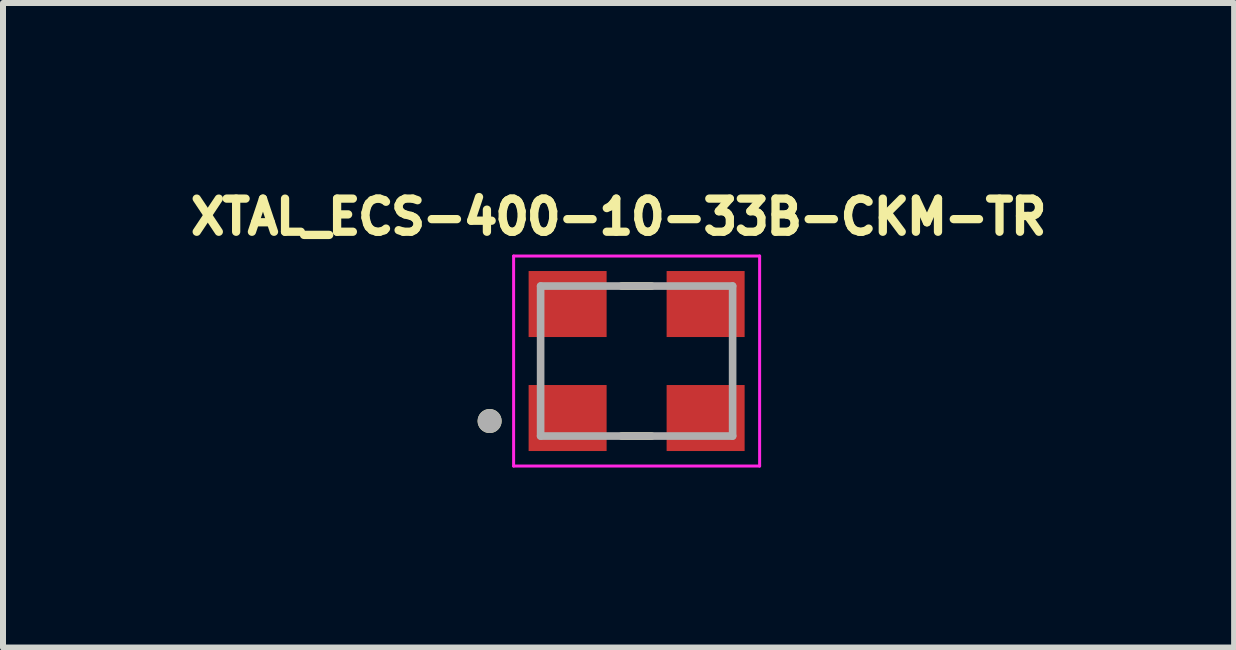
<source format=kicad_pcb>
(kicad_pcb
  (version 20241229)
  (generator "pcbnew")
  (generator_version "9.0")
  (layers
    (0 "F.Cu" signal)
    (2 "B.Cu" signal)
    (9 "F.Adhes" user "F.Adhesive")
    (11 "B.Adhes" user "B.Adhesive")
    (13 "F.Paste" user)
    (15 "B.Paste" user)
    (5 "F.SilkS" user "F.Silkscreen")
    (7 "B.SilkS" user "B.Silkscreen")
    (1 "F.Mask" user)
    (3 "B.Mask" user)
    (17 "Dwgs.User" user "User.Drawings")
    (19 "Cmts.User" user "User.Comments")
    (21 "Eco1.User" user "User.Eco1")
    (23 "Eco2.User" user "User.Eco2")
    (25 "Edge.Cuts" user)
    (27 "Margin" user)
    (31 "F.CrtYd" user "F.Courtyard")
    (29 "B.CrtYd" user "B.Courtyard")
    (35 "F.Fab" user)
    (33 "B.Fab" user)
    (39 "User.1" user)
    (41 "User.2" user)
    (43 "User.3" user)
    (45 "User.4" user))
  (footprint "XTAL_ECS-400-10-33B-CKM-TR"
    (layer "F.Cu")
    (at 7.56 2.967)
    (property "Reference" "XTAL_ECS-400-10-33B-CKM-TR" (at -0.3 -2.403 0) (layer "F.SilkS") (effects (font (size 0.552 0.552) (thickness 0.15))))
    (attr smd)
    (fp_line (start -0.25 -1.25) (end 0.25 -1.25) (stroke (width 0.127) (type solid)) (layer "F.SilkS"))
    (fp_line (start 0.25 1.25) (end -0.25 1.25) (stroke (width 0.127) (type solid)) (layer "F.SilkS"))
    (fp_circle (center -2.45 1) (end -2.35 1) (stroke (width 0.2) (type solid)) (fill no) (layer "F.SilkS"))
    (fp_line (start -2.05 -1.75) (end 2.05 -1.75) (stroke (width 0.05) (type solid)) (layer "F.CrtYd"))
    (fp_line (start -2.05 1.75) (end -2.05 -1.75) (stroke (width 0.05) (type solid)) (layer "F.CrtYd"))
    (fp_line (start 2.05 -1.75) (end 2.05 1.75) (stroke (width 0.05) (type solid)) (layer "F.CrtYd"))
    (fp_line (start 2.05 1.75) (end -2.05 1.75) (stroke (width 0.05) (type solid)) (layer "F.CrtYd"))
    (fp_line (start -1.6 -1.25) (end 1.6 -1.25) (stroke (width 0.127) (type solid)) (layer "F.Fab"))
    (fp_line (start -1.6 1.25) (end -1.6 -1.25) (stroke (width 0.127) (type solid)) (layer "F.Fab"))
    (fp_line (start 1.6 -1.25) (end 1.6 1.25) (stroke (width 0.127) (type solid)) (layer "F.Fab"))
    (fp_line (start 1.6 1.25) (end -1.6 1.25) (stroke (width 0.127) (type solid)) (layer "F.Fab"))
    (fp_circle (center -2.45 1) (end -2.35 1) (stroke (width 0.2) (type solid)) (fill no) (layer "F.Fab"))
    (pad "1" smd rect (at -1.15 0.95) (size 1.3 1.1) (layers "F.Cu" "F.Mask" "F.Paste"))
    (pad "2" smd rect (at 1.15 0.95) (size 1.3 1.1) (layers "F.Cu" "F.Mask" "F.Paste"))
    (pad "3" smd rect (at 1.15 -0.95) (size 1.3 1.1) (layers "F.Cu" "F.Mask" "F.Paste"))
    (pad "4" smd rect (at -1.15 -0.95) (size 1.3 1.1) (layers "F.Cu" "F.Mask" "F.Paste")))
  (gr_rect
    (start -3 -3)
    (end 17.518 7.742)
    (stroke (width 0.1) (type default))
    (fill no)
    (layer "Edge.Cuts")))
</source>
